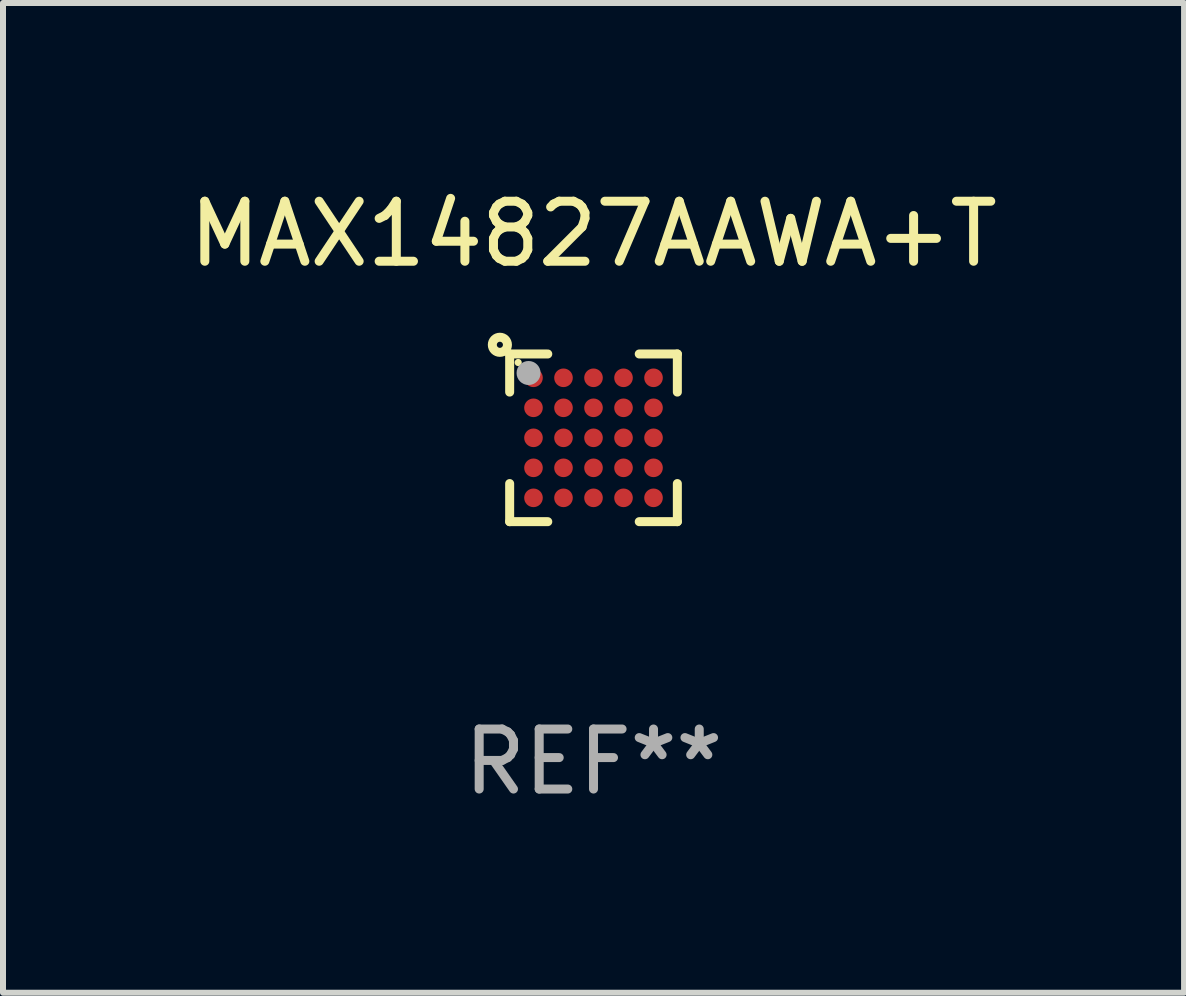
<source format=kicad_pcb>
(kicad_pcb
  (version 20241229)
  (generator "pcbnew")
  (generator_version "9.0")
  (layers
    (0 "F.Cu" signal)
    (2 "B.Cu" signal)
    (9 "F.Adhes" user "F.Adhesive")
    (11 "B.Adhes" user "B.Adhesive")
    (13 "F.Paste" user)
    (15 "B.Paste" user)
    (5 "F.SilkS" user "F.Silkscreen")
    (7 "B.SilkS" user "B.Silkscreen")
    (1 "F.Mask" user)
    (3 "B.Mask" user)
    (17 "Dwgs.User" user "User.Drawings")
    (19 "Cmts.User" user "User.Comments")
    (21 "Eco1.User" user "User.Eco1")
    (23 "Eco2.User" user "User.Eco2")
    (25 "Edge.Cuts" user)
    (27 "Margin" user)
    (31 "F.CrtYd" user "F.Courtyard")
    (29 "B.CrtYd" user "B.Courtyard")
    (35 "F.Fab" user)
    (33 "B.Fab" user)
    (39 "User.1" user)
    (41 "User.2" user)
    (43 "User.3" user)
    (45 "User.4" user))
  (footprint "MAX14827AAWA+T"
    (layer "F.Cu")
    (at 6.839 4.245)
    (property "Reference" "MAX14827AAWA+T" (at 0 -3.397 0) (layer "F.SilkS") (effects (font (size 1 1) (thickness 0.15))))
    (attr through_hole)
    (fp_line (start -1.397 -1.397) (end -0.762 -1.397) (stroke (width 0.15) (type solid)) (layer "F.SilkS"))
    (fp_line (start -1.397 -0.762) (end -1.397 -1.397) (stroke (width 0.15) (type solid)) (layer "F.SilkS"))
    (fp_line (start -1.397 0.762) (end -1.397 1.397) (stroke (width 0.15) (type solid)) (layer "F.SilkS"))
    (fp_line (start -1.397 1.397) (end -0.762 1.397) (stroke (width 0.15) (type solid)) (layer "F.SilkS"))
    (fp_line (start 0.762 1.397) (end 1.397 1.397) (stroke (width 0.15) (type solid)) (layer "F.SilkS"))
    (fp_line (start 1.397 -1.397) (end 0.762 -1.397) (stroke (width 0.15) (type solid)) (layer "F.SilkS"))
    (fp_line (start 1.397 -0.762) (end 1.397 -1.397) (stroke (width 0.15) (type solid)) (layer "F.SilkS"))
    (fp_line (start 1.397 1.397) (end 1.397 0.762) (stroke (width 0.15) (type solid)) (layer "F.SilkS"))
    (fp_circle (center -1.56 -1.55) (end -1.509 -1.55) (stroke (width 0.15) (type solid)) (fill no) (layer "F.SilkS"))
    (fp_circle (center -1.255 -1.255) (end -1.225 -1.255) (stroke (width 0.06) (type solid)) (fill no) (layer "F.SilkS"))
    (fp_circle (center -1.082 -1.08) (end -0.982 -1.08) (stroke (width 0.2) (type solid)) (fill no) (layer "F.Fab"))
    (fp_text user "REF**" (at 0 5.397 0) (layer "F.Fab") (effects (font (size 1 1) (thickness 0.15))))
    (pad "A1" smd circle (at -1 -1) (size 0.31 0.31) (layers "F.Cu" "F.Mask" "F.Paste"))
    (pad "A2" smd circle (at -0.5 -1) (size 0.31 0.31) (layers "F.Cu" "F.Mask" "F.Paste"))
    (pad "A3" smd circle (at 0 -1) (size 0.31 0.31) (layers "F.Cu" "F.Mask" "F.Paste"))
    (pad "A4" smd circle (at 0.5 -1) (size 0.31 0.31) (layers "F.Cu" "F.Mask" "F.Paste"))
    (pad "A5" smd circle (at 1 -1) (size 0.31 0.31) (layers "F.Cu" "F.Mask" "F.Paste"))
    (pad "B1" smd circle (at -1 -0.5) (size 0.31 0.31) (layers "F.Cu" "F.Mask" "F.Paste"))
    (pad "B2" smd circle (at -0.5 -0.5) (size 0.31 0.31) (layers "F.Cu" "F.Mask" "F.Paste"))
    (pad "B3" smd circle (at 0 -0.5) (size 0.31 0.31) (layers "F.Cu" "F.Mask" "F.Paste"))
    (pad "B4" smd circle (at 0.5 -0.5) (size 0.31 0.31) (layers "F.Cu" "F.Mask" "F.Paste"))
    (pad "B5" smd circle (at 1 -0.5) (size 0.31 0.31) (layers "F.Cu" "F.Mask" "F.Paste"))
    (pad "C1" smd circle (at -1 0) (size 0.31 0.31) (layers "F.Cu" "F.Mask" "F.Paste"))
    (pad "C2" smd circle (at -0.5 0) (size 0.31 0.31) (layers "F.Cu" "F.Mask" "F.Paste"))
    (pad "C3" smd circle (at 0 0) (size 0.31 0.31) (layers "F.Cu" "F.Mask" "F.Paste"))
    (pad "C4" smd circle (at 0.5 0) (size 0.31 0.31) (layers "F.Cu" "F.Mask" "F.Paste"))
    (pad "C5" smd circle (at 1 0) (size 0.31 0.31) (layers "F.Cu" "F.Mask" "F.Paste"))
    (pad "D1" smd circle (at -1 0.5) (size 0.31 0.31) (layers "F.Cu" "F.Mask" "F.Paste"))
    (pad "D2" smd circle (at -0.5 0.5) (size 0.31 0.31) (layers "F.Cu" "F.Mask" "F.Paste"))
    (pad "D3" smd circle (at 0 0.5) (size 0.31 0.31) (layers "F.Cu" "F.Mask" "F.Paste"))
    (pad "D4" smd circle (at 0.5 0.5) (size 0.31 0.31) (layers "F.Cu" "F.Mask" "F.Paste"))
    (pad "D5" smd circle (at 1 0.5) (size 0.31 0.31) (layers "F.Cu" "F.Mask" "F.Paste"))
    (pad "E1" smd circle (at -1 1) (size 0.31 0.31) (layers "F.Cu" "F.Mask" "F.Paste"))
    (pad "E2" smd circle (at -0.5 1) (size 0.31 0.31) (layers "F.Cu" "F.Mask" "F.Paste"))
    (pad "E3" smd circle (at 0 1) (size 0.31 0.31) (layers "F.Cu" "F.Mask" "F.Paste"))
    (pad "E4" smd circle (at 0.5 1) (size 0.31 0.31) (layers "F.Cu" "F.Mask" "F.Paste"))
    (pad "E5" smd circle (at 1 1) (size 0.31 0.31) (layers "F.Cu" "F.Mask" "F.Paste")))
  (gr_rect
    (start -3 -3)
    (end 16.679 13.491)
    (stroke (width 0.1) (type default))
    (fill no)
    (layer "Edge.Cuts")))
</source>
